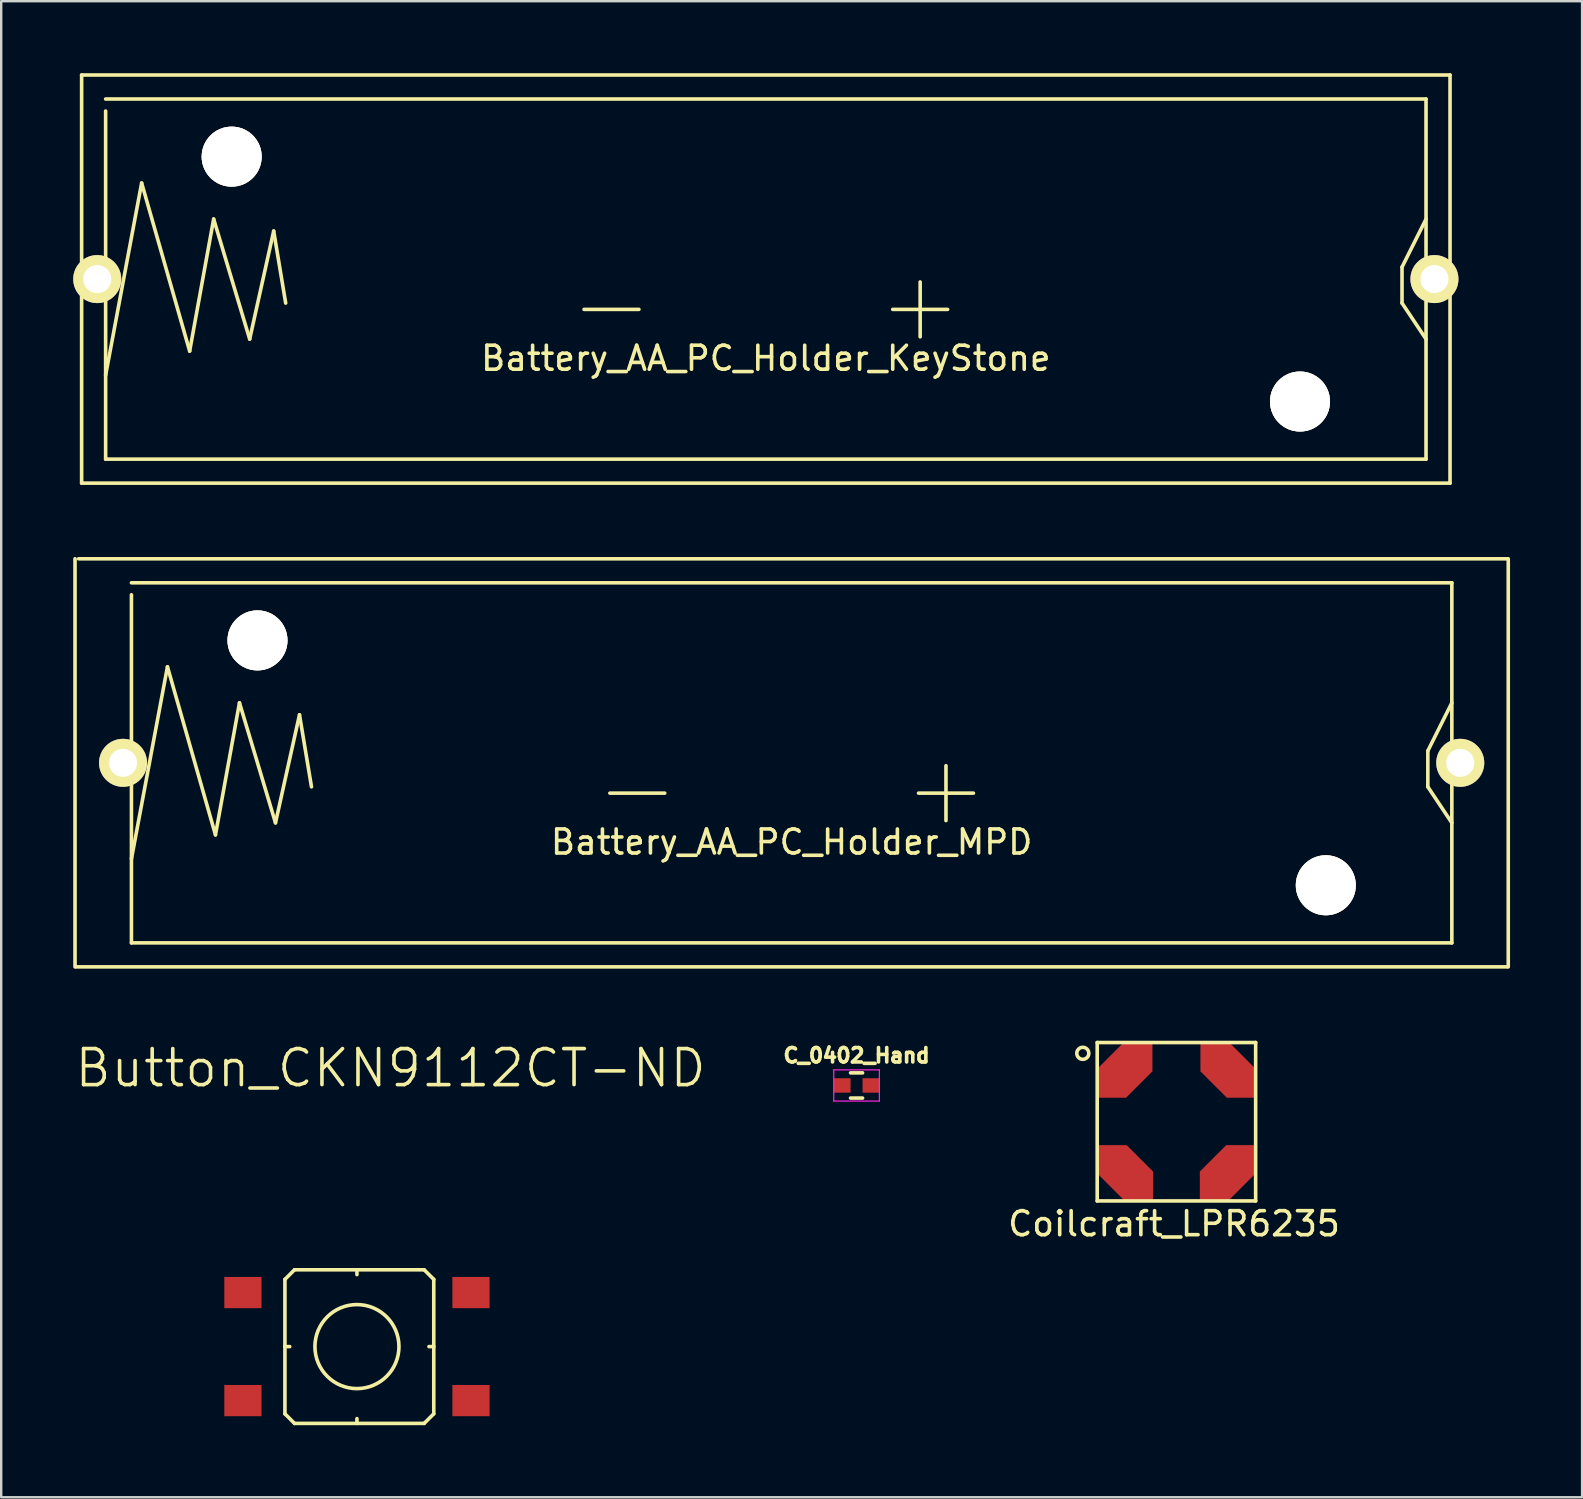
<source format=kicad_pcb>
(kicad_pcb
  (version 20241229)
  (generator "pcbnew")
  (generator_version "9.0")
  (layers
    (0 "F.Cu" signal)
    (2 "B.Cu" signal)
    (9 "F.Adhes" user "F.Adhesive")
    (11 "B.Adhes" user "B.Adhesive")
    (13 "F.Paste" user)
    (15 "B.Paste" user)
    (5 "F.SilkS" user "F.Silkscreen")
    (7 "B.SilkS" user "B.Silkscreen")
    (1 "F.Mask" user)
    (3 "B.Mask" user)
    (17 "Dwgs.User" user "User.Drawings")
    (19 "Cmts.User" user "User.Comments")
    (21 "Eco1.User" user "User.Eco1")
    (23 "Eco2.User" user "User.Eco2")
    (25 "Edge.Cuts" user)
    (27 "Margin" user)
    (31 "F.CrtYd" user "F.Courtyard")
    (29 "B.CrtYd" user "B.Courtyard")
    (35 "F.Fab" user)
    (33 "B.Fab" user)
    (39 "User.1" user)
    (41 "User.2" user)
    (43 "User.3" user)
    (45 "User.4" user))
  (footprint "Battery_AA_PC_Holder_KeyStone"
    (layer "F.Cu")
    (at 28.85 8.575)
    (property "Reference" "Battery_AA_PC_Holder_KeyStone" (at 0 3.3 0) (layer "F.SilkS") (effects (font (size 1 1) (thickness 0.15))))
    (attr through_hole)
    (fp_line (start -28.5 -8.5) (end 28.5 -8.5) (stroke (width 0.15) (type solid)) (layer "F.SilkS"))
    (fp_line (start -28.5 8.5) (end -28.5 -8.5) (stroke (width 0.15) (type solid)) (layer "F.SilkS"))
    (fp_line (start -27.5 -7) (end -27.5 7.5) (stroke (width 0.15) (type solid)) (layer "F.SilkS"))
    (fp_line (start -27.5 4) (end -26 -4) (stroke (width 0.15) (type solid)) (layer "F.SilkS"))
    (fp_line (start -27.5 7.5) (end 27.5 7.5) (stroke (width 0.15) (type solid)) (layer "F.SilkS"))
    (fp_line (start -26 -4) (end -24 3) (stroke (width 0.15) (type solid)) (layer "F.SilkS"))
    (fp_line (start -24 3) (end -23 -2.5) (stroke (width 0.15) (type solid)) (layer "F.SilkS"))
    (fp_line (start -23 -2.5) (end -21.5 2.5) (stroke (width 0.15) (type solid)) (layer "F.SilkS"))
    (fp_line (start -21.5 2.5) (end -20.5 -2) (stroke (width 0.15) (type solid)) (layer "F.SilkS"))
    (fp_line (start -20.5 -2) (end -20 1) (stroke (width 0.15) (type solid)) (layer "F.SilkS"))
    (fp_line (start 26.5 -0.5) (end 27.5 -2.5) (stroke (width 0.15) (type solid)) (layer "F.SilkS"))
    (fp_line (start 26.5 1) (end 26.5 -0.5) (stroke (width 0.15) (type solid)) (layer "F.SilkS"))
    (fp_line (start 27.5 -7.5) (end -27.5 -7.5) (stroke (width 0.15) (type solid)) (layer "F.SilkS"))
    (fp_line (start 27.5 2.5) (end 26.5 1) (stroke (width 0.15) (type solid)) (layer "F.SilkS"))
    (fp_line (start 27.5 7.5) (end 27.5 -7.5) (stroke (width 0.15) (type solid)) (layer "F.SilkS"))
    (fp_line (start 28.5 -8.5) (end 28.5 8.5) (stroke (width 0.15) (type solid)) (layer "F.SilkS"))
    (fp_line (start 28.5 8.5) (end -28.5 8.5) (stroke (width 0.15) (type solid)) (layer "F.SilkS"))
    (fp_text user "-    +" (at 0 1.025 0) (layer "F.SilkS") (effects (font (size 3 3) (thickness 0.15))))
    (pad "0" thru_hole circle (at -22.25 -5.1) (size 2.5 2.5) (drill 2.5) (layers "*.Cu" "*.Mask" "F.SilkS"))
    (pad "0" thru_hole circle (at 22.25 5.1) (size 2.5 2.5) (drill 2.5) (layers "*.Cu" "*.Mask" "F.SilkS"))
    (pad "1" thru_hole circle (at 27.85 0) (size 2 2) (drill 1.17) (layers "*.Cu" "*.Mask" "F.SilkS"))
    (pad "2" thru_hole circle (at -27.85 0) (size 2 2) (drill 1.17) (layers "*.Cu" "*.Mask" "F.SilkS")))
  (footprint "Button_CKN9112CT-ND"
    (layer "F.Cu")
    (at 11.818 53.041)
    (property "Reference" "Button_CKN9112CT-ND" (at 1.4 -11.6 0) (layer "F.SilkS") (effects (font (size 1.5 1.5) (thickness 0.15))))
    (attr through_hole)
    (fp_line (start -3 0) (end -2.8 0) (stroke (width 0.15) (type solid)) (layer "F.SilkS"))
    (fp_line (start -3 2.8) (end -3 -2.8) (stroke (width 0.15) (type solid)) (layer "F.SilkS"))
    (fp_line (start -3 2.8) (end -2.6 3.2) (stroke (width 0.15) (type solid)) (layer "F.SilkS"))
    (fp_line (start -2.6 -3.2) (end -3 -2.8) (stroke (width 0.15) (type solid)) (layer "F.SilkS"))
    (fp_line (start -2.6 -3.2) (end 2.8 -3.2) (stroke (width 0.15) (type solid)) (layer "F.SilkS"))
    (fp_line (start 0 -3) (end 0 -3.2) (stroke (width 0.15) (type solid)) (layer "F.SilkS"))
    (fp_line (start 0 3) (end 0 3.2) (stroke (width 0.15) (type solid)) (layer "F.SilkS"))
    (fp_line (start 2.8 -3.2) (end 3.2 -2.8) (stroke (width 0.15) (type solid)) (layer "F.SilkS"))
    (fp_line (start 2.8 3.2) (end -2.6 3.2) (stroke (width 0.15) (type solid)) (layer "F.SilkS"))
    (fp_line (start 3 0) (end 3.2 0) (stroke (width 0.15) (type solid)) (layer "F.SilkS"))
    (fp_line (start 3.2 -2.8) (end 3.2 2.8) (stroke (width 0.15) (type solid)) (layer "F.SilkS"))
    (fp_line (start 3.2 2.8) (end 2.8 3.2) (stroke (width 0.15) (type solid)) (layer "F.SilkS"))
    (fp_circle (center 0 0) (end 1.75 0) (stroke (width 0.15) (type solid)) (fill no) (layer "F.SilkS"))
    (pad "1" smd rect (at -4.75 2.25) (size 1.55 1.3) (layers "F.Cu" "F.Mask" "F.Paste"))
    (pad "1" smd rect (at 4.75 2.25) (size 1.55 1.3) (layers "F.Cu" "F.Mask" "F.Paste"))
    (pad "2" smd rect (at -4.75 -2.25) (size 1.55 1.3) (layers "F.Cu" "F.Mask" "F.Paste"))
    (pad "2" smd rect (at 4.75 -2.25) (size 1.55 1.3) (layers "F.Cu" "F.Mask" "F.Paste")))
  (footprint "Battery_AA_PC_Holder_MPD"
    (layer "F.Cu")
    (at 29.925 28.725)
    (property "Reference" "Battery_AA_PC_Holder_MPD" (at 0 3.3 0) (layer "F.SilkS") (effects (font (size 1 1) (thickness 0.15))))
    (attr through_hole)
    (fp_line (start -29.85 8.5) (end -29.85 -8.5) (stroke (width 0.15) (type solid)) (layer "F.SilkS"))
    (fp_line (start -29.7 -8.5) (end 29.8 -8.5) (stroke (width 0.15) (type solid)) (layer "F.SilkS"))
    (fp_line (start -27.5 -7) (end -27.5 7.5) (stroke (width 0.15) (type solid)) (layer "F.SilkS"))
    (fp_line (start -27.5 4) (end -26 -4) (stroke (width 0.15) (type solid)) (layer "F.SilkS"))
    (fp_line (start -27.5 7.5) (end 27.5 7.5) (stroke (width 0.15) (type solid)) (layer "F.SilkS"))
    (fp_line (start -26 -4) (end -24 3) (stroke (width 0.15) (type solid)) (layer "F.SilkS"))
    (fp_line (start -24 3) (end -23 -2.5) (stroke (width 0.15) (type solid)) (layer "F.SilkS"))
    (fp_line (start -23 -2.5) (end -21.5 2.5) (stroke (width 0.15) (type solid)) (layer "F.SilkS"))
    (fp_line (start -21.5 2.5) (end -20.5 -2) (stroke (width 0.15) (type solid)) (layer "F.SilkS"))
    (fp_line (start -20.5 -2) (end -20 1) (stroke (width 0.15) (type solid)) (layer "F.SilkS"))
    (fp_line (start 26.5 -0.5) (end 27.5 -2.5) (stroke (width 0.15) (type solid)) (layer "F.SilkS"))
    (fp_line (start 26.5 1) (end 26.5 -0.5) (stroke (width 0.15) (type solid)) (layer "F.SilkS"))
    (fp_line (start 27.5 -7.5) (end -27.5 -7.5) (stroke (width 0.15) (type solid)) (layer "F.SilkS"))
    (fp_line (start 27.5 2.5) (end 26.5 1) (stroke (width 0.15) (type solid)) (layer "F.SilkS"))
    (fp_line (start 27.5 7.5) (end 27.5 -7.5) (stroke (width 0.15) (type solid)) (layer "F.SilkS"))
    (fp_line (start 29.8 8.5) (end -29.8 8.5) (stroke (width 0.15) (type solid)) (layer "F.SilkS"))
    (fp_line (start 29.85 -8.5) (end 29.85 8.5) (stroke (width 0.15) (type solid)) (layer "F.SilkS"))
    (fp_text user "-    +" (at 0 1.025 0) (layer "F.SilkS") (effects (font (size 3 3) (thickness 0.15))))
    (pad "0" thru_hole circle (at -22.25 -5.1) (size 2.5 2.5) (drill 2.5) (layers "*.Cu" "*.Mask" "F.SilkS"))
    (pad "0" thru_hole circle (at 22.25 5.1) (size 2.5 2.5) (drill 2.5) (layers "*.Cu" "*.Mask" "F.SilkS"))
    (pad "1" thru_hole circle (at 27.85 0) (size 2 2) (drill 1.17) (layers "*.Cu" "*.Mask" "F.SilkS"))
    (pad "2" thru_hole circle (at -27.85 0) (size 2 2) (drill 1.17) (layers "*.Cu" "*.Mask" "F.SilkS")))
  (footprint "Coilcraft_LPR6235"
    (layer "F.Cu")
    (at 45.953 43.675)
    (property "Reference" "Coilcraft_LPR6235" (at -0.1 4.25 0) (layer "F.SilkS") (effects (font (size 1 1) (thickness 0.15))))
    (attr through_hole)
    (fp_line (start -3.3 -3.3) (end 3.3 -3.3) (stroke (width 0.15) (type solid)) (layer "F.SilkS"))
    (fp_line (start -3.3 3.3) (end -3.3 -3.3) (stroke (width 0.15) (type solid)) (layer "F.SilkS"))
    (fp_line (start 3.3 -3.3) (end 3.3 3.3) (stroke (width 0.15) (type solid)) (layer "F.SilkS"))
    (fp_line (start 3.3 3.3) (end -3.3 3.3) (stroke (width 0.15) (type solid)) (layer "F.SilkS"))
    (fp_circle (center -3.9 -2.85) (end -3.7 -2.7) (stroke (width 0.15) (type solid)) (fill no) (layer "F.SilkS"))
    (pad "1" smd rect (at -2.7 -1.6) (size 1.2 1.2) (layers "F.Cu" "F.Mask" "F.Paste"))
    (pad "1" smd rect (at -2.15 -2.15 45) (size 1.555 1.7) (layers "F.Cu" "F.Mask" "F.Paste"))
    (pad "1" smd rect (at -1.6 -2.7) (size 1.2 1.2) (layers "F.Cu" "F.Mask" "F.Paste"))
    (pad "2" smd rect (at -2.675 1.575 270) (size 1.2 1.2) (layers "F.Cu" "F.Mask" "F.Paste"))
    (pad "2" smd rect (at -2.125 2.125 315) (size 1.555 1.7) (layers "F.Cu" "F.Mask" "F.Paste"))
    (pad "2" smd rect (at -1.575 2.675 270) (size 1.2 1.2) (layers "F.Cu" "F.Mask" "F.Paste"))
    (pad "3" smd rect (at 1.575 2.675 180) (size 1.2 1.2) (layers "F.Cu" "F.Mask" "F.Paste"))
    (pad "3" smd rect (at 2.125 2.125 225) (size 1.555 1.7) (layers "F.Cu" "F.Mask" "F.Paste"))
    (pad "3" smd rect (at 2.675 1.575 180) (size 1.2 1.2) (layers "F.Cu" "F.Mask" "F.Paste"))
    (pad "4" smd rect (at 1.6 -2.7 90) (size 1.2 1.2) (layers "F.Cu" "F.Mask" "F.Paste"))
    (pad "4" smd rect (at 2.15 -2.15 135) (size 1.555 1.7) (layers "F.Cu" "F.Mask" "F.Paste"))
    (pad "4" smd rect (at 2.7 -1.6 90) (size 1.2 1.2) (layers "F.Cu" "F.Mask" "F.Paste")))
  (footprint "C_0402_Hand"
    (layer "F.Cu")
    (at 32.629 42.164)
    (property "Reference" "C_0402_Hand" (at 0 -1.25 0) (layer "F.SilkS") (effects (font (size 0.6 0.6) (thickness 0.15))))
    (attr smd)
    (fp_line (start -0.25 0.525) (end 0.25 0.525) (stroke (width 0.15) (type solid)) (layer "F.SilkS"))
    (fp_line (start 0.25 -0.525) (end -0.25 -0.525) (stroke (width 0.15) (type solid)) (layer "F.SilkS"))
    (fp_line (start -0.95 -0.65) (end -0.95 0.65) (stroke (width 0.05) (type solid)) (layer "F.CrtYd"))
    (fp_line (start -0.95 -0.65) (end 0.95 -0.65) (stroke (width 0.05) (type solid)) (layer "F.CrtYd"))
    (fp_line (start -0.95 0.65) (end 0.95 0.65) (stroke (width 0.05) (type solid)) (layer "F.CrtYd"))
    (fp_line (start 0.95 -0.65) (end 0.95 0.65) (stroke (width 0.05) (type solid)) (layer "F.CrtYd"))
    (pad "1" smd rect (at -0.6 0) (size 0.7 0.6) (layers "F.Cu" "F.Mask" "F.Paste"))
    (pad "2" smd rect (at 0.6 0) (size 0.7 0.6) (layers "F.Cu" "F.Mask" "F.Paste")))
  (gr_rect
    (start -3 -3)
    (end 62.85 59.316)
    (stroke (width 0.1) (type default))
    (fill no)
    (layer "Edge.Cuts")))
</source>
